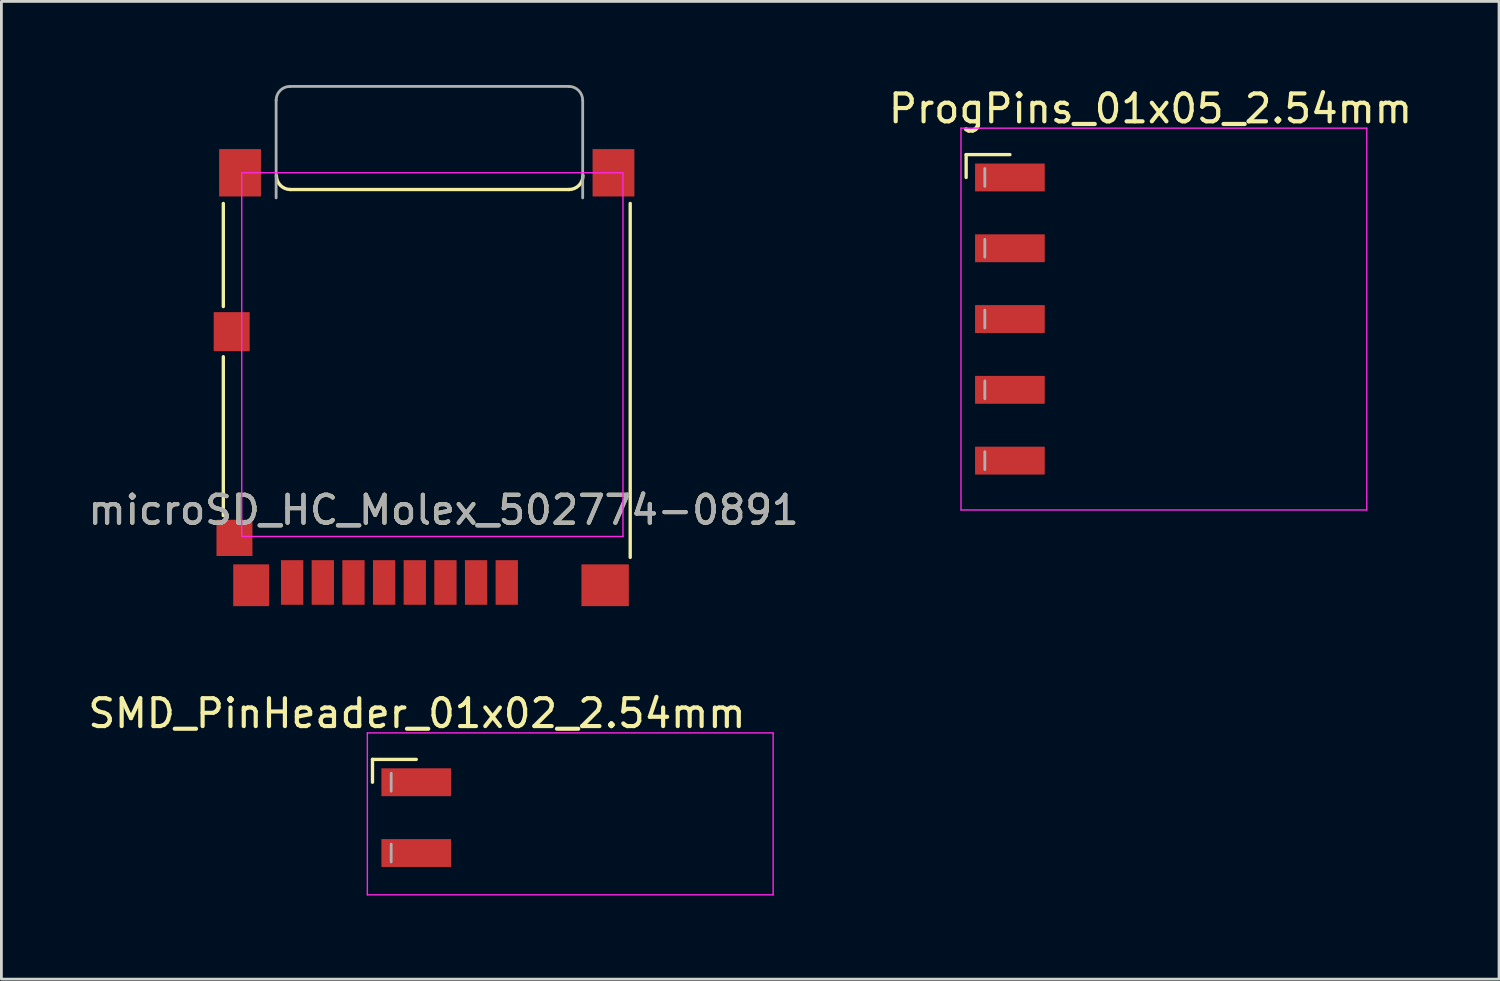
<source format=kicad_pcb>
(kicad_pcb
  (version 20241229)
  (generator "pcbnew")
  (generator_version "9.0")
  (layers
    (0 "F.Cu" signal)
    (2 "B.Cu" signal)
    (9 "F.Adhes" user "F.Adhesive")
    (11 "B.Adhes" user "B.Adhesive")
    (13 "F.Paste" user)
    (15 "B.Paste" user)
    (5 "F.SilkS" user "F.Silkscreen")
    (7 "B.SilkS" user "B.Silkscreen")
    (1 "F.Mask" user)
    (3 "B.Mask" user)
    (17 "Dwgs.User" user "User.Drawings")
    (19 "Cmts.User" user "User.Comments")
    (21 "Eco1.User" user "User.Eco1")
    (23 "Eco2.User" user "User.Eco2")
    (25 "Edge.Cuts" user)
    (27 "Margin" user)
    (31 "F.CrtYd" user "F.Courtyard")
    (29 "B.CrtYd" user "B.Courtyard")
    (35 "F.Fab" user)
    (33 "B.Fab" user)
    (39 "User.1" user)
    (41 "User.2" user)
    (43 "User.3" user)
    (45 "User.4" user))
  (footprint "microSD_HC_Molex_502774-0891"
    (layer "F.Cu")
    (at 12.463 9.65)
    (property "Reference" "microSD_HC_Molex_502774-0891" (at 0.4 5.6 0) (layer "F.SilkS") (effects (font (size 1 1) (thickness 0.15))))
    (attr smd)
    (fp_line (start -7.5 -5.4) (end -7.5 -1.7) (stroke (width 0.12) (type solid)) (layer "F.SilkS"))
    (fp_line (start -7.5 0.1) (end -7.5 5.8) (stroke (width 0.12) (type solid)) (layer "F.SilkS"))
    (fp_line (start 4.905 -5.9) (end -5.095 -5.9) (stroke (width 0.12) (type solid)) (layer "F.SilkS"))
    (fp_line (start 7.1 -5.4) (end 7.1 7.3) (stroke (width 0.12) (type solid)) (layer "F.SilkS"))
    (fp_arc (start -5.095 -5.9) (mid -5.448553 -6.046447) (end -5.595 -6.4) (stroke (width 0.12) (type solid)) (layer "F.SilkS"))
    (fp_arc (start 5.405 -6.4) (mid 5.258553 -6.046447) (end 4.905 -5.9) (stroke (width 0.12) (type solid)) (layer "F.SilkS"))
    (fp_line (start -6.84 -6.5) (end 6.84 -6.5) (stroke (width 0.05) (type solid)) (layer "F.CrtYd"))
    (fp_line (start -6.84 6.55) (end -6.84 -6.5) (stroke (width 0.05) (type solid)) (layer "F.CrtYd"))
    (fp_line (start 6.84 -6.5) (end 6.84 6.55) (stroke (width 0.05) (type solid)) (layer "F.CrtYd"))
    (fp_line (start 6.84 6.55) (end -6.84 6.55) (stroke (width 0.05) (type solid)) (layer "F.CrtYd"))
    (fp_line (start -5.605 -9.1) (end -5.605 -5.6) (stroke (width 0.1) (type solid)) (layer "F.Fab"))
    (fp_line (start -5.105 -9.6) (end 4.895 -9.6) (stroke (width 0.1) (type solid)) (layer "F.Fab"))
    (fp_line (start 5.395 -5.6) (end 5.395 -9.1) (stroke (width 0.1) (type solid)) (layer "F.Fab"))
    (fp_arc (start -5.605 -9.1) (mid -5.458553 -9.453553) (end -5.105 -9.6) (stroke (width 0.1) (type solid)) (layer "F.Fab"))
    (fp_arc (start 4.895 -9.6) (mid 5.248553 -9.453553) (end 5.395 -9.1) (stroke (width 0.1) (type solid)) (layer "F.Fab"))
    (fp_text user "${REFERENCE}" (at 0.4 5.6 0) (layer "F.Fab") (effects (font (size 1 1) (thickness 0.15))))
    (pad "1" smd rect (at 2.67 8.2) (size 0.8 1.6) (layers "F.Cu" "F.Mask" "F.Paste"))
    (pad "2" smd rect (at 1.57 8.2) (size 0.8 1.6) (layers "F.Cu" "F.Mask" "F.Paste"))
    (pad "3" smd rect (at 0.47 8.2) (size 0.8 1.6) (layers "F.Cu" "F.Mask" "F.Paste"))
    (pad "4" smd rect (at -0.63 8.2) (size 0.8 1.6) (layers "F.Cu" "F.Mask" "F.Paste"))
    (pad "5" smd rect (at -1.73 8.2) (size 0.8 1.6) (layers "F.Cu" "F.Mask" "F.Paste"))
    (pad "6" smd rect (at -2.83 8.2) (size 0.8 1.6) (layers "F.Cu" "F.Mask" "F.Paste"))
    (pad "7" smd rect (at -3.93 8.2) (size 0.8 1.6) (layers "F.Cu" "F.Mask" "F.Paste"))
    (pad "8" smd rect (at -5.03 8.2) (size 0.8 1.6) (layers "F.Cu" "F.Mask" "F.Paste"))
    (pad "9" smd rect (at -7.2 -0.8) (size 1.29 1.4) (layers "F.Cu" "F.Mask" "F.Paste"))
    (pad "9" smd rect (at -7.1 6.6) (size 1.29 1.3) (layers "F.Cu" "F.Mask" "F.Paste"))
    (pad "9" smd rect (at -6.9 -6.5) (size 1.5 1.7) (layers "F.Cu" "F.Mask" "F.Paste"))
    (pad "9" smd rect (at -6.5 8.3) (size 1.29 1.5) (layers "F.Cu" "F.Mask" "F.Paste"))
    (pad "9" smd rect (at 6.2 8.3) (size 1.7 1.5) (layers "F.Cu" "F.Mask" "F.Paste"))
    (pad "9" smd rect (at 6.5 -6.5) (size 1.5 1.7) (layers "F.Cu" "F.Mask" "F.Paste")))
  (footprint "ProgPins_01x05_2.54mm"
    (layer "F.Cu")
    (at 38.712 8.398)
    (property "Reference" "ProgPins_01x05_2.54mm" (at -0.48 -7.55 0) (layer "F.SilkS") (effects (font (size 1 1) (thickness 0.15))))
    (attr smd)
    (fp_line (start -7.095 -5.9) (end -5.525 -5.9) (stroke (width 0.12) (type solid)) (layer "F.SilkS"))
    (fp_line (start -7.095 -5.08) (end -7.095 -5.9) (stroke (width 0.12) (type solid)) (layer "F.SilkS"))
    (fp_line (start -7.28 -6.85) (end 7.28 -6.85) (stroke (width 0.05) (type solid)) (layer "F.CrtYd"))
    (fp_line (start -7.28 6.85) (end -7.28 -6.85) (stroke (width 0.05) (type solid)) (layer "F.CrtYd"))
    (fp_line (start 7.28 -6.85) (end 7.28 6.85) (stroke (width 0.05) (type solid)) (layer "F.CrtYd"))
    (fp_line (start 7.28 6.85) (end -7.28 6.85) (stroke (width 0.05) (type solid)) (layer "F.CrtYd"))
    (fp_line (start -6.425 -5.4) (end -6.425 -4.76) (stroke (width 0.1) (type solid)) (layer "F.Fab"))
    (fp_line (start -6.425 -2.86) (end -6.425 -2.22) (stroke (width 0.1) (type solid)) (layer "F.Fab"))
    (fp_line (start -6.425 -0.32) (end -6.425 0.32) (stroke (width 0.1) (type solid)) (layer "F.Fab"))
    (fp_line (start -6.425 2.22) (end -6.425 2.86) (stroke (width 0.1) (type solid)) (layer "F.Fab"))
    (fp_line (start -6.425 4.76) (end -6.425 5.4) (stroke (width 0.1) (type solid)) (layer "F.Fab"))
    (pad "1" smd rect (at -5.525 -5.08) (size 2.5 1) (layers "F.Cu" "F.Mask" "F.Paste"))
    (pad "2" smd rect (at -5.525 -2.54) (size 2.5 1) (layers "F.Cu" "F.Mask" "F.Paste"))
    (pad "3" smd rect (at -5.525 0) (size 2.5 1) (layers "F.Cu" "F.Mask" "F.Paste"))
    (pad "4" smd rect (at -5.525 2.54) (size 2.5 1) (layers "F.Cu" "F.Mask" "F.Paste"))
    (pad "5" smd rect (at -5.525 5.08) (size 2.5 1) (layers "F.Cu" "F.Mask" "F.Paste")))
  (footprint "SMD_PinHeader_01x02_2.54mm"
    (layer "F.Cu")
    (at 17.411 27.558)
    (property "Reference" "SMD_PinHeader_01x02_2.54mm" (at -5.5 -5.01 0) (layer "F.SilkS") (effects (font (size 1 1) (thickness 0.15))))
    (attr smd)
    (fp_line (start -7.095 -3.36) (end -5.525 -3.36) (stroke (width 0.12) (type solid)) (layer "F.SilkS"))
    (fp_line (start -7.095 -2.54) (end -7.095 -3.36) (stroke (width 0.12) (type solid)) (layer "F.SilkS"))
    (fp_line (start -7.28 -4.31) (end 7.28 -4.31) (stroke (width 0.05) (type solid)) (layer "F.CrtYd"))
    (fp_line (start -7.28 1.5) (end -7.28 -4.31) (stroke (width 0.05) (type solid)) (layer "F.CrtYd"))
    (fp_line (start 7.28 -4.31) (end 7.28 1.5) (stroke (width 0.05) (type solid)) (layer "F.CrtYd"))
    (fp_line (start 7.28 1.5) (end -7.28 1.5) (stroke (width 0.05) (type solid)) (layer "F.CrtYd"))
    (fp_line (start -6.425 -2.86) (end -6.425 -2.22) (stroke (width 0.1) (type solid)) (layer "F.Fab"))
    (fp_line (start -6.425 -0.32) (end -6.425 0.32) (stroke (width 0.1) (type solid)) (layer "F.Fab"))
    (pad "1" smd rect (at -5.525 -2.54) (size 2.5 1) (layers "F.Cu" "F.Mask" "F.Paste"))
    (pad "2" smd rect (at -5.525 0) (size 2.5 1) (layers "F.Cu" "F.Mask" "F.Paste")))
  (gr_rect
    (start -3 -3)
    (end 50.738 32.083)
    (stroke (width 0.1) (type default))
    (fill no)
    (layer "Edge.Cuts")))
</source>
